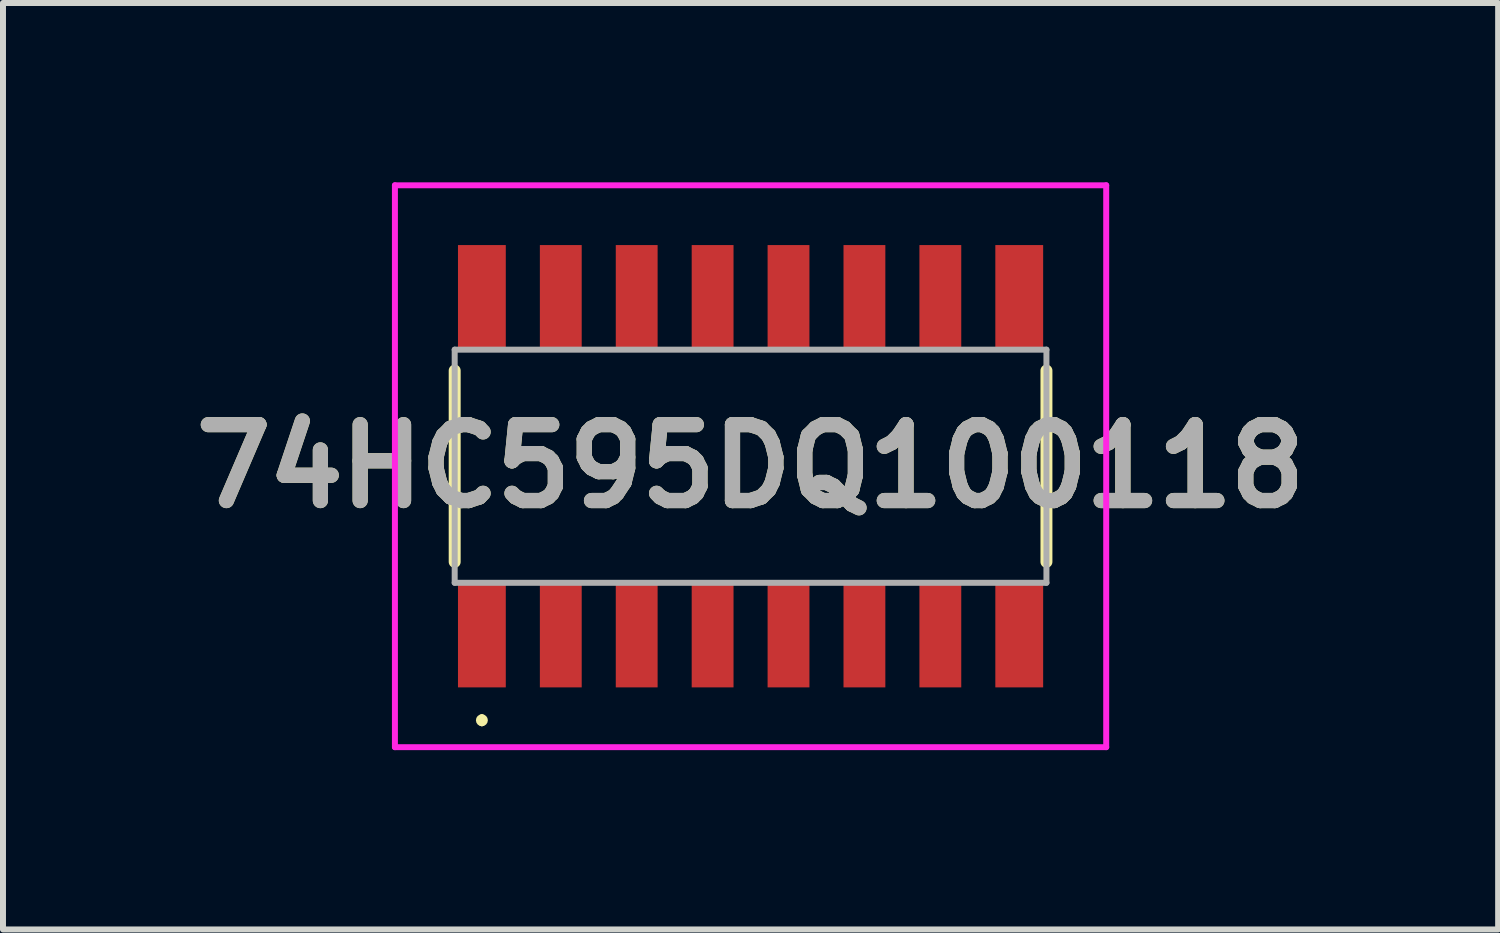
<source format=kicad_pcb>
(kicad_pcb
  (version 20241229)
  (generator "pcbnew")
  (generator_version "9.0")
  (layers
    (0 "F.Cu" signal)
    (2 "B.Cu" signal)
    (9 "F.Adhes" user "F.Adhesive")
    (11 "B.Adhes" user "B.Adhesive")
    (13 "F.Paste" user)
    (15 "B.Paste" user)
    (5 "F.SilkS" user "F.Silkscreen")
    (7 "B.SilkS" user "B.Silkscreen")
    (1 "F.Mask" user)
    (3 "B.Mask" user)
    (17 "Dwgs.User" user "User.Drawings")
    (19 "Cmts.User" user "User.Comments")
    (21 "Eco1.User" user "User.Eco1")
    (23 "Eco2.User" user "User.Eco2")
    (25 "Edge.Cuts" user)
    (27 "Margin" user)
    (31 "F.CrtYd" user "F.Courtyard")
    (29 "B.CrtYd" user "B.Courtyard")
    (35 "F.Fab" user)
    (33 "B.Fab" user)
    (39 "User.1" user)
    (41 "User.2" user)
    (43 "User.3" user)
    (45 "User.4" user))
  (footprint "74HC595DQ100118"
    (layer "F.Cu")
    (at 9.507 4.75)
    (property "Reference" "74HC595DQ100118" (at 0 0 0) (layer "F.SilkS") (effects (font (size 1.27 1.27) (thickness 0.254))))
    (attr smd)
    (fp_line (start -4.95 -1.6) (end -4.95 1.6) (stroke (width 0.2) (type solid)) (layer "F.SilkS"))
    (fp_line (start -4.495 4.2) (end -4.495 4.2) (stroke (width 0.1) (type solid)) (layer "F.SilkS"))
    (fp_line (start -4.495 4.3) (end -4.495 4.3) (stroke (width 0.1) (type solid)) (layer "F.SilkS"))
    (fp_line (start 4.95 -1.6) (end 4.95 1.6) (stroke (width 0.2) (type solid)) (layer "F.SilkS"))
    (fp_arc (start -4.495 4.2) (mid -4.445 4.25) (end -4.495 4.3) (stroke (width 0.1) (type solid)) (layer "F.SilkS"))
    (fp_arc (start -4.495 4.3) (mid -4.545 4.25) (end -4.495 4.2) (stroke (width 0.1) (type solid)) (layer "F.SilkS"))
    (fp_line (start -5.95 -4.7) (end 5.95 -4.7) (stroke (width 0.1) (type solid)) (layer "F.CrtYd"))
    (fp_line (start -5.95 4.7) (end -5.95 -4.7) (stroke (width 0.1) (type solid)) (layer "F.CrtYd"))
    (fp_line (start 5.95 -4.7) (end 5.95 4.7) (stroke (width 0.1) (type solid)) (layer "F.CrtYd"))
    (fp_line (start 5.95 4.7) (end -5.95 4.7) (stroke (width 0.1) (type solid)) (layer "F.CrtYd"))
    (fp_line (start -4.95 -1.95) (end 4.95 -1.95) (stroke (width 0.1) (type solid)) (layer "F.Fab"))
    (fp_line (start -4.95 1.95) (end -4.95 -1.95) (stroke (width 0.1) (type solid)) (layer "F.Fab"))
    (fp_line (start 4.95 -1.95) (end 4.95 1.95) (stroke (width 0.1) (type solid)) (layer "F.Fab"))
    (fp_line (start 4.95 1.95) (end -4.95 1.95) (stroke (width 0.1) (type solid)) (layer "F.Fab"))
    (fp_text user "${REFERENCE}" (at 0 0 0) (layer "F.Fab") (effects (font (size 1.27 1.27) (thickness 0.254))))
    (pad "1" smd rect (at -4.495 2.825) (size 0.8 1.75) (layers "F.Cu" "F.Mask" "F.Paste"))
    (pad "2" smd rect (at -3.175 2.825) (size 0.7 1.75) (layers "F.Cu" "F.Mask" "F.Paste"))
    (pad "3" smd rect (at -1.905 2.825) (size 0.7 1.75) (layers "F.Cu" "F.Mask" "F.Paste"))
    (pad "4" smd rect (at -0.635 2.825) (size 0.7 1.75) (layers "F.Cu" "F.Mask" "F.Paste"))
    (pad "5" smd rect (at 0.635 2.825) (size 0.7 1.75) (layers "F.Cu" "F.Mask" "F.Paste"))
    (pad "6" smd rect (at 1.905 2.825) (size 0.7 1.75) (layers "F.Cu" "F.Mask" "F.Paste"))
    (pad "7" smd rect (at 3.175 2.825) (size 0.7 1.75) (layers "F.Cu" "F.Mask" "F.Paste"))
    (pad "8" smd rect (at 4.495 2.825) (size 0.8 1.75) (layers "F.Cu" "F.Mask" "F.Paste"))
    (pad "9" smd rect (at 4.495 -2.825) (size 0.8 1.75) (layers "F.Cu" "F.Mask" "F.Paste"))
    (pad "10" smd rect (at 3.175 -2.825) (size 0.7 1.75) (layers "F.Cu" "F.Mask" "F.Paste"))
    (pad "11" smd rect (at 1.905 -2.825) (size 0.7 1.75) (layers "F.Cu" "F.Mask" "F.Paste"))
    (pad "12" smd rect (at 0.635 -2.825) (size 0.7 1.75) (layers "F.Cu" "F.Mask" "F.Paste"))
    (pad "13" smd rect (at -0.635 -2.825) (size 0.7 1.75) (layers "F.Cu" "F.Mask" "F.Paste"))
    (pad "14" smd rect (at -1.905 -2.825) (size 0.7 1.75) (layers "F.Cu" "F.Mask" "F.Paste"))
    (pad "15" smd rect (at -3.175 -2.825) (size 0.7 1.75) (layers "F.Cu" "F.Mask" "F.Paste"))
    (pad "16" smd rect (at -4.495 -2.825) (size 0.8 1.75) (layers "F.Cu" "F.Mask" "F.Paste")))
  (gr_rect
    (start -3 -3)
    (end 22.014 12.5)
    (stroke (width 0.1) (type default))
    (fill no)
    (layer "Edge.Cuts")))
</source>
